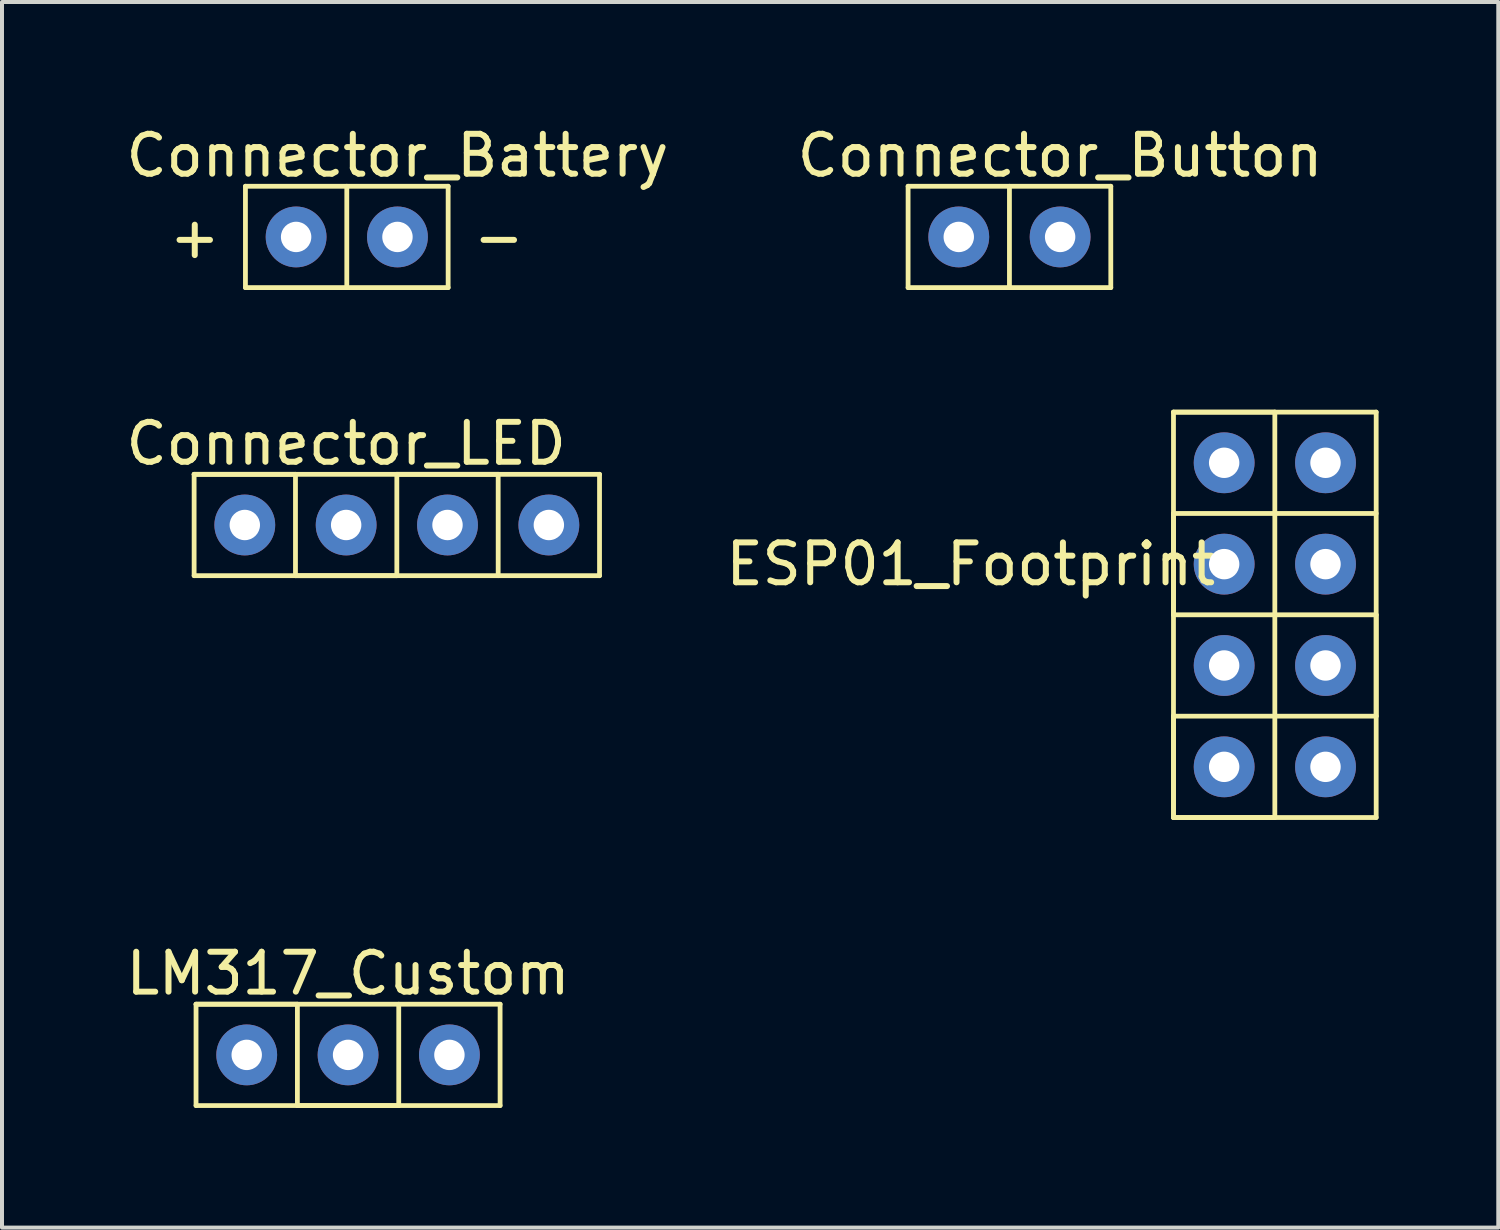
<source format=kicad_pcb>
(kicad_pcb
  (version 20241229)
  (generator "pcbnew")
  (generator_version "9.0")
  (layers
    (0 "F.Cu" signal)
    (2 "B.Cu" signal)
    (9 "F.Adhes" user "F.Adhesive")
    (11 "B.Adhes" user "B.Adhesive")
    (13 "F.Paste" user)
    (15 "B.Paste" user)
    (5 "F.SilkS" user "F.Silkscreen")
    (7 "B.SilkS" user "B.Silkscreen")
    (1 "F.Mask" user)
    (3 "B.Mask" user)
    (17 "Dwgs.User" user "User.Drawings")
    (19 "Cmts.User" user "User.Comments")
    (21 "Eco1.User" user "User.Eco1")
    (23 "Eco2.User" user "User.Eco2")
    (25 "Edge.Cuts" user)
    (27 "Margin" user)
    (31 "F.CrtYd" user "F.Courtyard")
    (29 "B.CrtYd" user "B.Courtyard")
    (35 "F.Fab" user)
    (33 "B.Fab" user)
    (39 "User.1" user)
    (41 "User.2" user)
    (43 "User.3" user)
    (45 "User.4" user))
  (footprint "Connector_LED"
    (layer "F.Cu")
    (at 6.895 10.107)
    (property "Reference" "Connector_LED" (at -1.27 -2.04 0) (layer "F.SilkS") (effects (font (size 1 1) (thickness 0.15))))
    (attr through_hole)
    (fp_line (start -5.08 -1.27) (end -2.54 -1.27) (stroke (width 0.12) (type solid)) (layer "F.SilkS"))
    (fp_line (start -5.08 -1.27) (end 5.08 -1.27) (stroke (width 0.12) (type solid)) (layer "F.SilkS"))
    (fp_line (start -5.08 1.27) (end -5.08 -1.27) (stroke (width 0.12) (type solid)) (layer "F.SilkS"))
    (fp_line (start -2.54 -1.27) (end -2.54 1.27) (stroke (width 0.12) (type solid)) (layer "F.SilkS"))
    (fp_line (start -2.54 1.27) (end 0 1.27) (stroke (width 0.12) (type solid)) (layer "F.SilkS"))
    (fp_line (start 0 -1.27) (end 2.54 -1.27) (stroke (width 0.12) (type solid)) (layer "F.SilkS"))
    (fp_line (start 0 1.27) (end 0 -1.27) (stroke (width 0.12) (type solid)) (layer "F.SilkS"))
    (fp_line (start 2.54 -1.27) (end 2.54 1.27) (stroke (width 0.12) (type solid)) (layer "F.SilkS"))
    (fp_line (start 5.08 -1.27) (end 5.08 1.27) (stroke (width 0.12) (type solid)) (layer "F.SilkS"))
    (fp_line (start 5.08 1.27) (end -5.08 1.27) (stroke (width 0.12) (type solid)) (layer "F.SilkS"))
    (pad "1" thru_hole circle (at -3.81 0) (size 1.524 1.524) (drill 0.762) (layers "*.Cu" "*.Mask"))
    (pad "2" thru_hole circle (at -1.27 0) (size 1.524 1.524) (drill 0.762) (layers "*.Cu" "*.Mask"))
    (pad "3" thru_hole circle (at 1.27 0) (size 1.524 1.524) (drill 0.762) (layers "*.Cu" "*.Mask"))
    (pad "4" thru_hole circle (at 3.81 0) (size 1.524 1.524) (drill 0.762) (layers "*.Cu" "*.Mask")))
  (footprint "LM317_Custom"
    (layer "F.Cu")
    (at 5.673 23.387)
    (property "Reference" "LM317_Custom" (at 0 -2.04 0) (layer "F.SilkS") (effects (font (size 1 1) (thickness 0.15))))
    (attr through_hole)
    (fp_line (start -3.81 -1.27) (end -1.27 -1.27) (stroke (width 0.12) (type solid)) (layer "F.SilkS"))
    (fp_line (start -3.81 -1.27) (end 3.81 -1.27) (stroke (width 0.12) (type solid)) (layer "F.SilkS"))
    (fp_line (start -3.81 1.27) (end -3.81 -1.27) (stroke (width 0.12) (type solid)) (layer "F.SilkS"))
    (fp_line (start -1.27 -1.27) (end -1.27 1.27) (stroke (width 0.12) (type solid)) (layer "F.SilkS"))
    (fp_line (start -1.27 1.27) (end 1.27 1.27) (stroke (width 0.12) (type solid)) (layer "F.SilkS"))
    (fp_line (start 1.27 1.27) (end 1.27 -1.27) (stroke (width 0.12) (type solid)) (layer "F.SilkS"))
    (fp_line (start 3.81 -1.27) (end 3.81 1.27) (stroke (width 0.12) (type solid)) (layer "F.SilkS"))
    (fp_line (start 3.81 1.27) (end -3.81 1.27) (stroke (width 0.12) (type solid)) (layer "F.SilkS"))
    (pad "1" thru_hole circle (at -2.54 0) (size 1.524 1.524) (drill 0.762) (layers "*.Cu" "*.Mask"))
    (pad "2" thru_hole circle (at 0 0) (size 1.524 1.524) (drill 0.762) (layers "*.Cu" "*.Mask"))
    (pad "3" thru_hole circle (at 2.54 0) (size 1.524 1.524) (drill 0.762) (layers "*.Cu" "*.Mask")))
  (footprint "ESP01_Footprint"
    (layer "F.Cu")
    (at 28.899 12.358)
    (property "Reference" "ESP01_Footprint" (at -7.62 -1.27 0) (layer "F.SilkS") (effects (font (size 1 1) (thickness 0.15))))
    (attr through_hole)
    (fp_line (start -2.54 -5.08) (end 0 -5.08) (stroke (width 0.12) (type solid)) (layer "F.SilkS"))
    (fp_line (start -2.54 -5.08) (end 2.54 -5.08) (stroke (width 0.12) (type solid)) (layer "F.SilkS"))
    (fp_line (start -2.54 -2.54) (end 2.54 -2.54) (stroke (width 0.12) (type solid)) (layer "F.SilkS"))
    (fp_line (start -2.54 0) (end -2.54 -2.54) (stroke (width 0.12) (type solid)) (layer "F.SilkS"))
    (fp_line (start -2.54 2.54) (end 2.54 2.54) (stroke (width 0.12) (type solid)) (layer "F.SilkS"))
    (fp_line (start -2.54 5.08) (end -2.54 -5.08) (stroke (width 0.12) (type solid)) (layer "F.SilkS"))
    (fp_line (start -2.54 5.08) (end -2.54 2.54) (stroke (width 0.12) (type solid)) (layer "F.SilkS"))
    (fp_line (start 0 -5.08) (end 0 5.08) (stroke (width 0.12) (type solid)) (layer "F.SilkS"))
    (fp_line (start 0 5.08) (end -2.54 5.08) (stroke (width 0.12) (type solid)) (layer "F.SilkS"))
    (fp_line (start 2.54 -5.08) (end 2.54 5.08) (stroke (width 0.12) (type solid)) (layer "F.SilkS"))
    (fp_line (start 2.54 0) (end -2.54 0) (stroke (width 0.12) (type solid)) (layer "F.SilkS"))
    (fp_line (start 2.54 2.54) (end 2.54 0) (stroke (width 0.12) (type solid)) (layer "F.SilkS"))
    (fp_line (start 2.54 5.08) (end -2.54 5.08) (stroke (width 0.12) (type solid)) (layer "F.SilkS"))
    (pad "1" thru_hole circle (at -1.27 -3.81) (size 1.524 1.524) (drill 0.762) (layers "*.Cu" "*.Mask"))
    (pad "2" thru_hole circle (at -1.27 -1.27) (size 1.524 1.524) (drill 0.762) (layers "*.Cu" "*.Mask"))
    (pad "3" thru_hole circle (at -1.27 1.27) (size 1.524 1.524) (drill 0.762) (layers "*.Cu" "*.Mask"))
    (pad "4" thru_hole circle (at -1.27 3.81) (size 1.524 1.524) (drill 0.762) (layers "*.Cu" "*.Mask"))
    (pad "5" thru_hole circle (at 1.27 3.81) (size 1.524 1.524) (drill 0.762) (layers "*.Cu" "*.Mask"))
    (pad "6" thru_hole circle (at 1.27 1.27) (size 1.524 1.524) (drill 0.762) (layers "*.Cu" "*.Mask"))
    (pad "7" thru_hole circle (at 1.27 -1.27) (size 1.524 1.524) (drill 0.762) (layers "*.Cu" "*.Mask"))
    (pad "8" thru_hole circle (at 1.27 -3.81) (size 1.524 1.524) (drill 0.762) (layers "*.Cu" "*.Mask")))
  (footprint "Connector_Button"
    (layer "F.Cu")
    (at 22.248 2.888)
    (property "Reference" "Connector_Button" (at 1.27 -2.04 0) (layer "F.SilkS") (effects (font (size 1 1) (thickness 0.15))))
    (attr through_hole)
    (fp_line (start -2.54 -1.27) (end 2.54 -1.27) (stroke (width 0.12) (type solid)) (layer "F.SilkS"))
    (fp_line (start -2.54 1.27) (end -2.54 -1.27) (stroke (width 0.12) (type solid)) (layer "F.SilkS"))
    (fp_line (start 0 -1.27) (end 0 1.27) (stroke (width 0.12) (type solid)) (layer "F.SilkS"))
    (fp_line (start 2.54 -1.27) (end 2.54 1.27) (stroke (width 0.12) (type solid)) (layer "F.SilkS"))
    (fp_line (start 2.54 1.27) (end -2.54 1.27) (stroke (width 0.12) (type solid)) (layer "F.SilkS"))
    (pad "1" thru_hole circle (at -1.27 0) (size 1.524 1.524) (drill 0.762) (layers "*.Cu" "*.Mask"))
    (pad "2" thru_hole circle (at 1.27 0) (size 1.524 1.524) (drill 0.762) (layers "*.Cu" "*.Mask")))
  (footprint "Connector_Battery"
    (layer "F.Cu")
    (at 5.641 2.888)
    (property "Reference" "Connector_Battery" (at 1.27 -2.04 0) (layer "F.SilkS") (effects (font (size 1 1) (thickness 0.15))))
    (attr through_hole)
    (fp_line (start -2.54 -1.27) (end 2.54 -1.27) (stroke (width 0.12) (type solid)) (layer "F.SilkS"))
    (fp_line (start -2.54 1.27) (end -2.54 -1.27) (stroke (width 0.12) (type solid)) (layer "F.SilkS"))
    (fp_line (start 0 -1.27) (end 0 1.27) (stroke (width 0.12) (type solid)) (layer "F.SilkS"))
    (fp_line (start 2.54 -1.27) (end 2.54 1.27) (stroke (width 0.12) (type solid)) (layer "F.SilkS"))
    (fp_line (start 2.54 1.27) (end -2.54 1.27) (stroke (width 0.12) (type solid)) (layer "F.SilkS"))
    (fp_text user "+" (at -3.81 0 0) (layer "F.SilkS") (effects (font (size 1 1) (thickness 0.15))))
    (fp_text user "-" (at 3.81 0 0) (layer "F.SilkS") (effects (font (size 1 1) (thickness 0.15))))
    (pad "1" thru_hole circle (at -1.27 0) (size 1.524 1.524) (drill 0.762) (layers "*.Cu" "*.Mask"))
    (pad "2" thru_hole circle (at 1.27 0) (size 1.524 1.524) (drill 0.762) (layers "*.Cu" "*.Mask")))
  (gr_rect
    (start -3 -3)
    (end 34.499 27.716)
    (stroke (width 0.1) (type default))
    (fill no)
    (layer "Edge.Cuts")))
</source>
